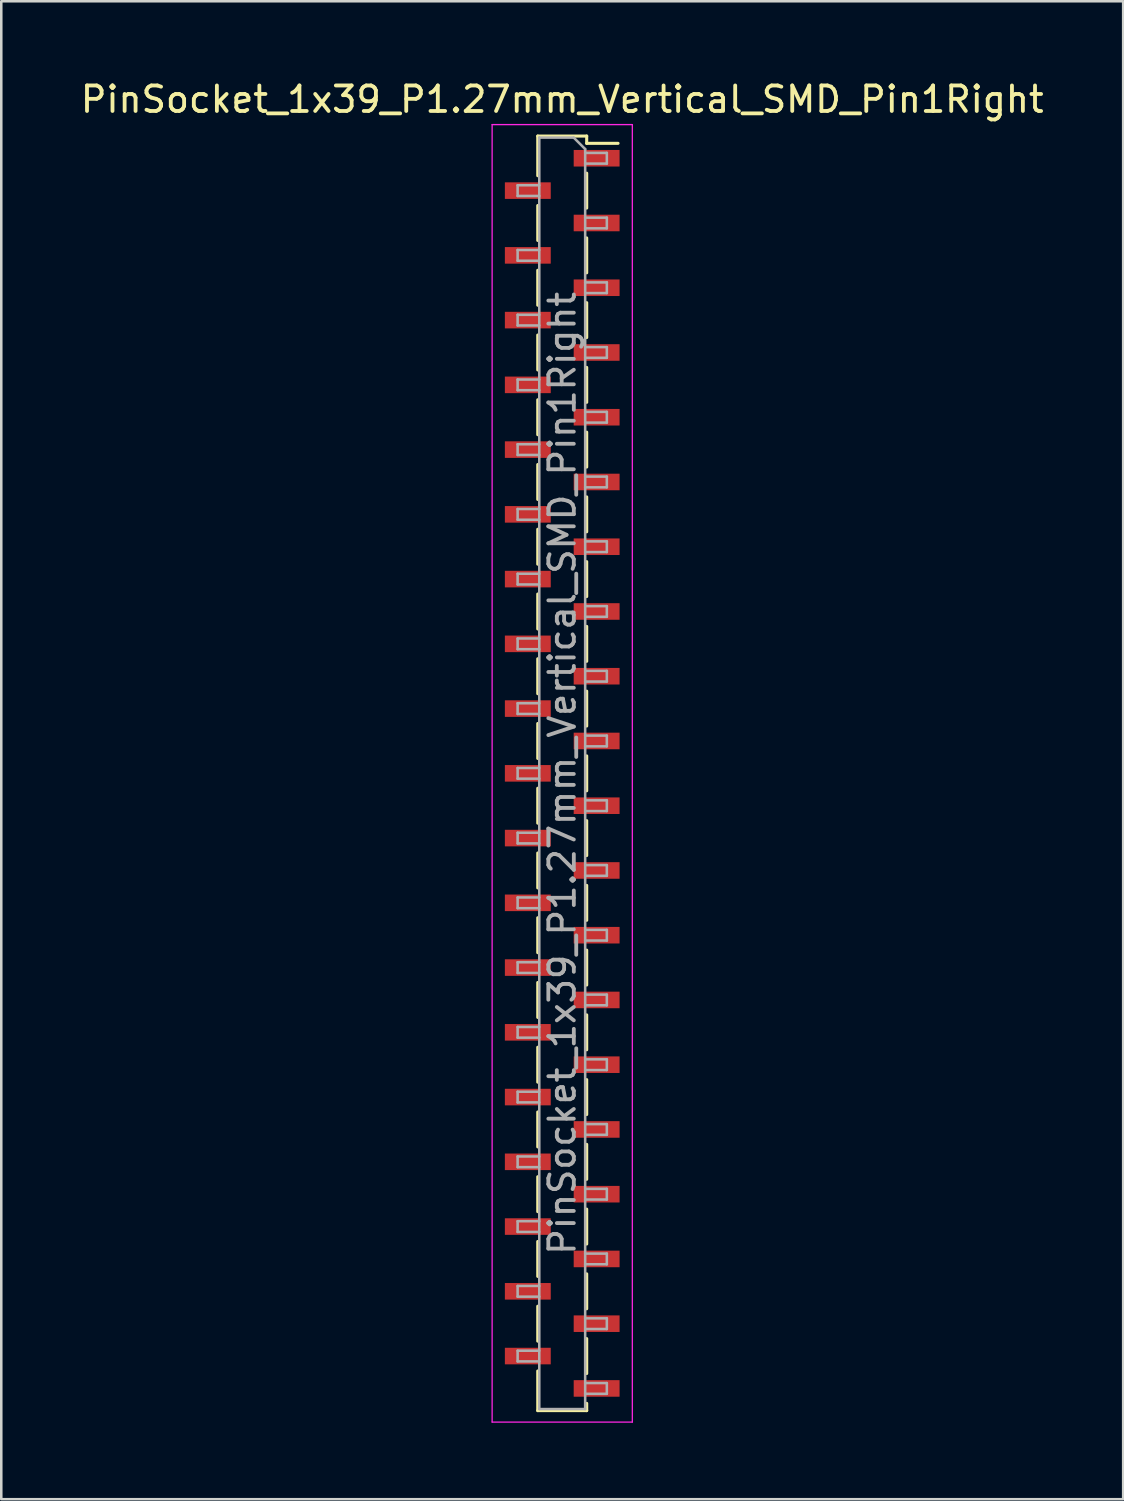
<source format=kicad_pcb>
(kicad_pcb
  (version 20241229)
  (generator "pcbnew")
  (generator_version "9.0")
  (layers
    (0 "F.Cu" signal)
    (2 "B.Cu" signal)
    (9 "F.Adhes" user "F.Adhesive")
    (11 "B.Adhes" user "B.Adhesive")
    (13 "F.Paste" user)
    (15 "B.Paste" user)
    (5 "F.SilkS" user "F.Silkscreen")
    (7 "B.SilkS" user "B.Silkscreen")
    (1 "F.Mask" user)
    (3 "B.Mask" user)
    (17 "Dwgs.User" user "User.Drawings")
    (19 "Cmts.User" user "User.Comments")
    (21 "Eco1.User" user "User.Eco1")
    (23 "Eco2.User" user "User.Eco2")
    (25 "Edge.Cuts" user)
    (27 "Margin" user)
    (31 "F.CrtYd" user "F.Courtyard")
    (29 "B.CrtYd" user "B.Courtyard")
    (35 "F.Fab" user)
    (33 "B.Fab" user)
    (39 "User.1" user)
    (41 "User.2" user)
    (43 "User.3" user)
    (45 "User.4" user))
  (footprint "PinSocket_1x39_P1.27mm_Vertical_SMD_Pin1Right"
    (layer "F.Cu")
    (at 19.006 27.288)
    (property "Reference" "PinSocket_1x39_P1.27mm_Vertical_SMD_Pin1Right" (at 0 -26.44 0) (layer "F.SilkS") (effects (font (size 1 1) (thickness 0.15))))
    (attr smd)
    (fp_line (start -0.96 -25) (end -0.96 -23.445) (stroke (width 0.12) (type solid)) (layer "F.SilkS"))
    (fp_line (start -0.96 -25) (end 0.96 -25) (stroke (width 0.12) (type solid)) (layer "F.SilkS"))
    (fp_line (start -0.96 -22.275) (end -0.96 -20.905) (stroke (width 0.12) (type solid)) (layer "F.SilkS"))
    (fp_line (start -0.96 -19.735) (end -0.96 -18.365) (stroke (width 0.12) (type solid)) (layer "F.SilkS"))
    (fp_line (start -0.96 -17.195) (end -0.96 -15.825) (stroke (width 0.12) (type solid)) (layer "F.SilkS"))
    (fp_line (start -0.96 -14.655) (end -0.96 -13.285) (stroke (width 0.12) (type solid)) (layer "F.SilkS"))
    (fp_line (start -0.96 -12.115) (end -0.96 -10.745) (stroke (width 0.12) (type solid)) (layer "F.SilkS"))
    (fp_line (start -0.96 -9.575) (end -0.96 -8.205) (stroke (width 0.12) (type solid)) (layer "F.SilkS"))
    (fp_line (start -0.96 -7.035) (end -0.96 -5.665) (stroke (width 0.12) (type solid)) (layer "F.SilkS"))
    (fp_line (start -0.96 -4.495) (end -0.96 -3.125) (stroke (width 0.12) (type solid)) (layer "F.SilkS"))
    (fp_line (start -0.96 -1.955) (end -0.96 -0.585) (stroke (width 0.12) (type solid)) (layer "F.SilkS"))
    (fp_line (start -0.96 0.585) (end -0.96 1.955) (stroke (width 0.12) (type solid)) (layer "F.SilkS"))
    (fp_line (start -0.96 3.125) (end -0.96 4.495) (stroke (width 0.12) (type solid)) (layer "F.SilkS"))
    (fp_line (start -0.96 5.665) (end -0.96 7.035) (stroke (width 0.12) (type solid)) (layer "F.SilkS"))
    (fp_line (start -0.96 8.205) (end -0.96 9.575) (stroke (width 0.12) (type solid)) (layer "F.SilkS"))
    (fp_line (start -0.96 10.745) (end -0.96 12.115) (stroke (width 0.12) (type solid)) (layer "F.SilkS"))
    (fp_line (start -0.96 13.285) (end -0.96 14.655) (stroke (width 0.12) (type solid)) (layer "F.SilkS"))
    (fp_line (start -0.96 15.825) (end -0.96 17.195) (stroke (width 0.12) (type solid)) (layer "F.SilkS"))
    (fp_line (start -0.96 18.365) (end -0.96 19.735) (stroke (width 0.12) (type solid)) (layer "F.SilkS"))
    (fp_line (start -0.96 20.905) (end -0.96 22.275) (stroke (width 0.12) (type solid)) (layer "F.SilkS"))
    (fp_line (start -0.96 23.445) (end -0.96 25) (stroke (width 0.12) (type solid)) (layer "F.SilkS"))
    (fp_line (start -0.96 25) (end 0.96 25) (stroke (width 0.12) (type solid)) (layer "F.SilkS"))
    (fp_line (start 0.96 -25) (end 0.96 -24.715) (stroke (width 0.12) (type solid)) (layer "F.SilkS"))
    (fp_line (start 0.96 -24.715) (end 2.19 -24.715) (stroke (width 0.12) (type solid)) (layer "F.SilkS"))
    (fp_line (start 0.96 -23.545) (end 0.96 -22.175) (stroke (width 0.12) (type solid)) (layer "F.SilkS"))
    (fp_line (start 0.96 -21.005) (end 0.96 -19.635) (stroke (width 0.12) (type solid)) (layer "F.SilkS"))
    (fp_line (start 0.96 -18.465) (end 0.96 -17.095) (stroke (width 0.12) (type solid)) (layer "F.SilkS"))
    (fp_line (start 0.96 -15.925) (end 0.96 -14.555) (stroke (width 0.12) (type solid)) (layer "F.SilkS"))
    (fp_line (start 0.96 -13.385) (end 0.96 -12.015) (stroke (width 0.12) (type solid)) (layer "F.SilkS"))
    (fp_line (start 0.96 -10.845) (end 0.96 -9.475) (stroke (width 0.12) (type solid)) (layer "F.SilkS"))
    (fp_line (start 0.96 -8.305) (end 0.96 -6.935) (stroke (width 0.12) (type solid)) (layer "F.SilkS"))
    (fp_line (start 0.96 -5.765) (end 0.96 -4.395) (stroke (width 0.12) (type solid)) (layer "F.SilkS"))
    (fp_line (start 0.96 -3.225) (end 0.96 -1.855) (stroke (width 0.12) (type solid)) (layer "F.SilkS"))
    (fp_line (start 0.96 -0.685) (end 0.96 0.685) (stroke (width 0.12) (type solid)) (layer "F.SilkS"))
    (fp_line (start 0.96 1.855) (end 0.96 3.225) (stroke (width 0.12) (type solid)) (layer "F.SilkS"))
    (fp_line (start 0.96 4.395) (end 0.96 5.765) (stroke (width 0.12) (type solid)) (layer "F.SilkS"))
    (fp_line (start 0.96 6.935) (end 0.96 8.305) (stroke (width 0.12) (type solid)) (layer "F.SilkS"))
    (fp_line (start 0.96 9.475) (end 0.96 10.845) (stroke (width 0.12) (type solid)) (layer "F.SilkS"))
    (fp_line (start 0.96 12.015) (end 0.96 13.385) (stroke (width 0.12) (type solid)) (layer "F.SilkS"))
    (fp_line (start 0.96 14.555) (end 0.96 15.925) (stroke (width 0.12) (type solid)) (layer "F.SilkS"))
    (fp_line (start 0.96 17.095) (end 0.96 18.465) (stroke (width 0.12) (type solid)) (layer "F.SilkS"))
    (fp_line (start 0.96 19.635) (end 0.96 21.005) (stroke (width 0.12) (type solid)) (layer "F.SilkS"))
    (fp_line (start 0.96 22.175) (end 0.96 23.545) (stroke (width 0.12) (type solid)) (layer "F.SilkS"))
    (fp_line (start 0.96 24.715) (end 0.96 25) (stroke (width 0.12) (type solid)) (layer "F.SilkS"))
    (fp_line (start -2.75 -25.45) (end 2.75 -25.45) (stroke (width 0.05) (type solid)) (layer "F.CrtYd"))
    (fp_line (start -2.75 25.45) (end -2.75 -25.45) (stroke (width 0.05) (type solid)) (layer "F.CrtYd"))
    (fp_line (start 2.75 -25.45) (end 2.75 25.45) (stroke (width 0.05) (type solid)) (layer "F.CrtYd"))
    (fp_line (start 2.75 25.45) (end -2.75 25.45) (stroke (width 0.05) (type solid)) (layer "F.CrtYd"))
    (fp_line (start -1.75 -23.07) (end -0.9 -23.07) (stroke (width 0.1) (type solid)) (layer "F.Fab"))
    (fp_line (start -1.75 -22.65) (end -1.75 -23.07) (stroke (width 0.1) (type solid)) (layer "F.Fab"))
    (fp_line (start -1.75 -20.53) (end -0.9 -20.53) (stroke (width 0.1) (type solid)) (layer "F.Fab"))
    (fp_line (start -1.75 -20.11) (end -1.75 -20.53) (stroke (width 0.1) (type solid)) (layer "F.Fab"))
    (fp_line (start -1.75 -17.99) (end -0.9 -17.99) (stroke (width 0.1) (type solid)) (layer "F.Fab"))
    (fp_line (start -1.75 -17.57) (end -1.75 -17.99) (stroke (width 0.1) (type solid)) (layer "F.Fab"))
    (fp_line (start -1.75 -15.45) (end -0.9 -15.45) (stroke (width 0.1) (type solid)) (layer "F.Fab"))
    (fp_line (start -1.75 -15.03) (end -1.75 -15.45) (stroke (width 0.1) (type solid)) (layer "F.Fab"))
    (fp_line (start -1.75 -12.91) (end -0.9 -12.91) (stroke (width 0.1) (type solid)) (layer "F.Fab"))
    (fp_line (start -1.75 -12.49) (end -1.75 -12.91) (stroke (width 0.1) (type solid)) (layer "F.Fab"))
    (fp_line (start -1.75 -10.37) (end -0.9 -10.37) (stroke (width 0.1) (type solid)) (layer "F.Fab"))
    (fp_line (start -1.75 -9.95) (end -1.75 -10.37) (stroke (width 0.1) (type solid)) (layer "F.Fab"))
    (fp_line (start -1.75 -7.83) (end -0.9 -7.83) (stroke (width 0.1) (type solid)) (layer "F.Fab"))
    (fp_line (start -1.75 -7.41) (end -1.75 -7.83) (stroke (width 0.1) (type solid)) (layer "F.Fab"))
    (fp_line (start -1.75 -5.29) (end -0.9 -5.29) (stroke (width 0.1) (type solid)) (layer "F.Fab"))
    (fp_line (start -1.75 -4.87) (end -1.75 -5.29) (stroke (width 0.1) (type solid)) (layer "F.Fab"))
    (fp_line (start -1.75 -2.75) (end -0.9 -2.75) (stroke (width 0.1) (type solid)) (layer "F.Fab"))
    (fp_line (start -1.75 -2.33) (end -1.75 -2.75) (stroke (width 0.1) (type solid)) (layer "F.Fab"))
    (fp_line (start -1.75 -0.21) (end -0.9 -0.21) (stroke (width 0.1) (type solid)) (layer "F.Fab"))
    (fp_line (start -1.75 0.21) (end -1.75 -0.21) (stroke (width 0.1) (type solid)) (layer "F.Fab"))
    (fp_line (start -1.75 2.33) (end -0.9 2.33) (stroke (width 0.1) (type solid)) (layer "F.Fab"))
    (fp_line (start -1.75 2.75) (end -1.75 2.33) (stroke (width 0.1) (type solid)) (layer "F.Fab"))
    (fp_line (start -1.75 4.87) (end -0.9 4.87) (stroke (width 0.1) (type solid)) (layer "F.Fab"))
    (fp_line (start -1.75 5.29) (end -1.75 4.87) (stroke (width 0.1) (type solid)) (layer "F.Fab"))
    (fp_line (start -1.75 7.41) (end -0.9 7.41) (stroke (width 0.1) (type solid)) (layer "F.Fab"))
    (fp_line (start -1.75 7.83) (end -1.75 7.41) (stroke (width 0.1) (type solid)) (layer "F.Fab"))
    (fp_line (start -1.75 9.95) (end -0.9 9.95) (stroke (width 0.1) (type solid)) (layer "F.Fab"))
    (fp_line (start -1.75 10.37) (end -1.75 9.95) (stroke (width 0.1) (type solid)) (layer "F.Fab"))
    (fp_line (start -1.75 12.49) (end -0.9 12.49) (stroke (width 0.1) (type solid)) (layer "F.Fab"))
    (fp_line (start -1.75 12.91) (end -1.75 12.49) (stroke (width 0.1) (type solid)) (layer "F.Fab"))
    (fp_line (start -1.75 15.03) (end -0.9 15.03) (stroke (width 0.1) (type solid)) (layer "F.Fab"))
    (fp_line (start -1.75 15.45) (end -1.75 15.03) (stroke (width 0.1) (type solid)) (layer "F.Fab"))
    (fp_line (start -1.75 17.57) (end -0.9 17.57) (stroke (width 0.1) (type solid)) (layer "F.Fab"))
    (fp_line (start -1.75 17.99) (end -1.75 17.57) (stroke (width 0.1) (type solid)) (layer "F.Fab"))
    (fp_line (start -1.75 20.11) (end -0.9 20.11) (stroke (width 0.1) (type solid)) (layer "F.Fab"))
    (fp_line (start -1.75 20.53) (end -1.75 20.11) (stroke (width 0.1) (type solid)) (layer "F.Fab"))
    (fp_line (start -1.75 22.65) (end -0.9 22.65) (stroke (width 0.1) (type solid)) (layer "F.Fab"))
    (fp_line (start -1.75 23.07) (end -1.75 22.65) (stroke (width 0.1) (type solid)) (layer "F.Fab"))
    (fp_line (start -0.9 -24.94) (end 0.45 -24.94) (stroke (width 0.1) (type solid)) (layer "F.Fab"))
    (fp_line (start -0.9 -22.65) (end -1.75 -22.65) (stroke (width 0.1) (type solid)) (layer "F.Fab"))
    (fp_line (start -0.9 -20.11) (end -1.75 -20.11) (stroke (width 0.1) (type solid)) (layer "F.Fab"))
    (fp_line (start -0.9 -17.57) (end -1.75 -17.57) (stroke (width 0.1) (type solid)) (layer "F.Fab"))
    (fp_line (start -0.9 -15.03) (end -1.75 -15.03) (stroke (width 0.1) (type solid)) (layer "F.Fab"))
    (fp_line (start -0.9 -12.49) (end -1.75 -12.49) (stroke (width 0.1) (type solid)) (layer "F.Fab"))
    (fp_line (start -0.9 -9.95) (end -1.75 -9.95) (stroke (width 0.1) (type solid)) (layer "F.Fab"))
    (fp_line (start -0.9 -7.41) (end -1.75 -7.41) (stroke (width 0.1) (type solid)) (layer "F.Fab"))
    (fp_line (start -0.9 -4.87) (end -1.75 -4.87) (stroke (width 0.1) (type solid)) (layer "F.Fab"))
    (fp_line (start -0.9 -2.33) (end -1.75 -2.33) (stroke (width 0.1) (type solid)) (layer "F.Fab"))
    (fp_line (start -0.9 0.21) (end -1.75 0.21) (stroke (width 0.1) (type solid)) (layer "F.Fab"))
    (fp_line (start -0.9 2.75) (end -1.75 2.75) (stroke (width 0.1) (type solid)) (layer "F.Fab"))
    (fp_line (start -0.9 5.29) (end -1.75 5.29) (stroke (width 0.1) (type solid)) (layer "F.Fab"))
    (fp_line (start -0.9 7.83) (end -1.75 7.83) (stroke (width 0.1) (type solid)) (layer "F.Fab"))
    (fp_line (start -0.9 10.37) (end -1.75 10.37) (stroke (width 0.1) (type solid)) (layer "F.Fab"))
    (fp_line (start -0.9 12.91) (end -1.75 12.91) (stroke (width 0.1) (type solid)) (layer "F.Fab"))
    (fp_line (start -0.9 15.45) (end -1.75 15.45) (stroke (width 0.1) (type solid)) (layer "F.Fab"))
    (fp_line (start -0.9 17.99) (end -1.75 17.99) (stroke (width 0.1) (type solid)) (layer "F.Fab"))
    (fp_line (start -0.9 20.53) (end -1.75 20.53) (stroke (width 0.1) (type solid)) (layer "F.Fab"))
    (fp_line (start -0.9 23.07) (end -1.75 23.07) (stroke (width 0.1) (type solid)) (layer "F.Fab"))
    (fp_line (start -0.9 24.94) (end -0.9 -24.94) (stroke (width 0.1) (type solid)) (layer "F.Fab"))
    (fp_line (start 0.45 -24.94) (end 0.9 -24.49) (stroke (width 0.1) (type solid)) (layer "F.Fab"))
    (fp_line (start 0.9 -24.49) (end 0.9 24.94) (stroke (width 0.1) (type solid)) (layer "F.Fab"))
    (fp_line (start 0.9 -24.34) (end 1.75 -24.34) (stroke (width 0.1) (type solid)) (layer "F.Fab"))
    (fp_line (start 0.9 -21.8) (end 1.75 -21.8) (stroke (width 0.1) (type solid)) (layer "F.Fab"))
    (fp_line (start 0.9 -19.26) (end 1.75 -19.26) (stroke (width 0.1) (type solid)) (layer "F.Fab"))
    (fp_line (start 0.9 -16.72) (end 1.75 -16.72) (stroke (width 0.1) (type solid)) (layer "F.Fab"))
    (fp_line (start 0.9 -14.18) (end 1.75 -14.18) (stroke (width 0.1) (type solid)) (layer "F.Fab"))
    (fp_line (start 0.9 -11.64) (end 1.75 -11.64) (stroke (width 0.1) (type solid)) (layer "F.Fab"))
    (fp_line (start 0.9 -9.1) (end 1.75 -9.1) (stroke (width 0.1) (type solid)) (layer "F.Fab"))
    (fp_line (start 0.9 -6.56) (end 1.75 -6.56) (stroke (width 0.1) (type solid)) (layer "F.Fab"))
    (fp_line (start 0.9 -4.02) (end 1.75 -4.02) (stroke (width 0.1) (type solid)) (layer "F.Fab"))
    (fp_line (start 0.9 -1.48) (end 1.75 -1.48) (stroke (width 0.1) (type solid)) (layer "F.Fab"))
    (fp_line (start 0.9 1.06) (end 1.75 1.06) (stroke (width 0.1) (type solid)) (layer "F.Fab"))
    (fp_line (start 0.9 3.6) (end 1.75 3.6) (stroke (width 0.1) (type solid)) (layer "F.Fab"))
    (fp_line (start 0.9 6.14) (end 1.75 6.14) (stroke (width 0.1) (type solid)) (layer "F.Fab"))
    (fp_line (start 0.9 8.68) (end 1.75 8.68) (stroke (width 0.1) (type solid)) (layer "F.Fab"))
    (fp_line (start 0.9 11.22) (end 1.75 11.22) (stroke (width 0.1) (type solid)) (layer "F.Fab"))
    (fp_line (start 0.9 13.76) (end 1.75 13.76) (stroke (width 0.1) (type solid)) (layer "F.Fab"))
    (fp_line (start 0.9 16.3) (end 1.75 16.3) (stroke (width 0.1) (type solid)) (layer "F.Fab"))
    (fp_line (start 0.9 18.84) (end 1.75 18.84) (stroke (width 0.1) (type solid)) (layer "F.Fab"))
    (fp_line (start 0.9 21.38) (end 1.75 21.38) (stroke (width 0.1) (type solid)) (layer "F.Fab"))
    (fp_line (start 0.9 23.92) (end 1.75 23.92) (stroke (width 0.1) (type solid)) (layer "F.Fab"))
    (fp_line (start 0.9 24.94) (end -0.9 24.94) (stroke (width 0.1) (type solid)) (layer "F.Fab"))
    (fp_line (start 1.75 -24.34) (end 1.75 -23.92) (stroke (width 0.1) (type solid)) (layer "F.Fab"))
    (fp_line (start 1.75 -23.92) (end 0.9 -23.92) (stroke (width 0.1) (type solid)) (layer "F.Fab"))
    (fp_line (start 1.75 -21.8) (end 1.75 -21.38) (stroke (width 0.1) (type solid)) (layer "F.Fab"))
    (fp_line (start 1.75 -21.38) (end 0.9 -21.38) (stroke (width 0.1) (type solid)) (layer "F.Fab"))
    (fp_line (start 1.75 -19.26) (end 1.75 -18.84) (stroke (width 0.1) (type solid)) (layer "F.Fab"))
    (fp_line (start 1.75 -18.84) (end 0.9 -18.84) (stroke (width 0.1) (type solid)) (layer "F.Fab"))
    (fp_line (start 1.75 -16.72) (end 1.75 -16.3) (stroke (width 0.1) (type solid)) (layer "F.Fab"))
    (fp_line (start 1.75 -16.3) (end 0.9 -16.3) (stroke (width 0.1) (type solid)) (layer "F.Fab"))
    (fp_line (start 1.75 -14.18) (end 1.75 -13.76) (stroke (width 0.1) (type solid)) (layer "F.Fab"))
    (fp_line (start 1.75 -13.76) (end 0.9 -13.76) (stroke (width 0.1) (type solid)) (layer "F.Fab"))
    (fp_line (start 1.75 -11.64) (end 1.75 -11.22) (stroke (width 0.1) (type solid)) (layer "F.Fab"))
    (fp_line (start 1.75 -11.22) (end 0.9 -11.22) (stroke (width 0.1) (type solid)) (layer "F.Fab"))
    (fp_line (start 1.75 -9.1) (end 1.75 -8.68) (stroke (width 0.1) (type solid)) (layer "F.Fab"))
    (fp_line (start 1.75 -8.68) (end 0.9 -8.68) (stroke (width 0.1) (type solid)) (layer "F.Fab"))
    (fp_line (start 1.75 -6.56) (end 1.75 -6.14) (stroke (width 0.1) (type solid)) (layer "F.Fab"))
    (fp_line (start 1.75 -6.14) (end 0.9 -6.14) (stroke (width 0.1) (type solid)) (layer "F.Fab"))
    (fp_line (start 1.75 -4.02) (end 1.75 -3.6) (stroke (width 0.1) (type solid)) (layer "F.Fab"))
    (fp_line (start 1.75 -3.6) (end 0.9 -3.6) (stroke (width 0.1) (type solid)) (layer "F.Fab"))
    (fp_line (start 1.75 -1.48) (end 1.75 -1.06) (stroke (width 0.1) (type solid)) (layer "F.Fab"))
    (fp_line (start 1.75 -1.06) (end 0.9 -1.06) (stroke (width 0.1) (type solid)) (layer "F.Fab"))
    (fp_line (start 1.75 1.06) (end 1.75 1.48) (stroke (width 0.1) (type solid)) (layer "F.Fab"))
    (fp_line (start 1.75 1.48) (end 0.9 1.48) (stroke (width 0.1) (type solid)) (layer "F.Fab"))
    (fp_line (start 1.75 3.6) (end 1.75 4.02) (stroke (width 0.1) (type solid)) (layer "F.Fab"))
    (fp_line (start 1.75 4.02) (end 0.9 4.02) (stroke (width 0.1) (type solid)) (layer "F.Fab"))
    (fp_line (start 1.75 6.14) (end 1.75 6.56) (stroke (width 0.1) (type solid)) (layer "F.Fab"))
    (fp_line (start 1.75 6.56) (end 0.9 6.56) (stroke (width 0.1) (type solid)) (layer "F.Fab"))
    (fp_line (start 1.75 8.68) (end 1.75 9.1) (stroke (width 0.1) (type solid)) (layer "F.Fab"))
    (fp_line (start 1.75 9.1) (end 0.9 9.1) (stroke (width 0.1) (type solid)) (layer "F.Fab"))
    (fp_line (start 1.75 11.22) (end 1.75 11.64) (stroke (width 0.1) (type solid)) (layer "F.Fab"))
    (fp_line (start 1.75 11.64) (end 0.9 11.64) (stroke (width 0.1) (type solid)) (layer "F.Fab"))
    (fp_line (start 1.75 13.76) (end 1.75 14.18) (stroke (width 0.1) (type solid)) (layer "F.Fab"))
    (fp_line (start 1.75 14.18) (end 0.9 14.18) (stroke (width 0.1) (type solid)) (layer "F.Fab"))
    (fp_line (start 1.75 16.3) (end 1.75 16.72) (stroke (width 0.1) (type solid)) (layer "F.Fab"))
    (fp_line (start 1.75 16.72) (end 0.9 16.72) (stroke (width 0.1) (type solid)) (layer "F.Fab"))
    (fp_line (start 1.75 18.84) (end 1.75 19.26) (stroke (width 0.1) (type solid)) (layer "F.Fab"))
    (fp_line (start 1.75 19.26) (end 0.9 19.26) (stroke (width 0.1) (type solid)) (layer "F.Fab"))
    (fp_line (start 1.75 21.38) (end 1.75 21.8) (stroke (width 0.1) (type solid)) (layer "F.Fab"))
    (fp_line (start 1.75 21.8) (end 0.9 21.8) (stroke (width 0.1) (type solid)) (layer "F.Fab"))
    (fp_line (start 1.75 23.92) (end 1.75 24.34) (stroke (width 0.1) (type solid)) (layer "F.Fab"))
    (fp_line (start 1.75 24.34) (end 0.9 24.34) (stroke (width 0.1) (type solid)) (layer "F.Fab"))
    (fp_text user "${REFERENCE}" (at 0 0 90) (layer "F.Fab") (effects (font (size 1 1) (thickness 0.15))))
    (pad "1" smd rect (at 1.35 -24.13) (size 1.8 0.65) (layers "F.Cu" "F.Mask" "F.Paste"))
    (pad "2" smd rect (at -1.35 -22.86) (size 1.8 0.65) (layers "F.Cu" "F.Mask" "F.Paste"))
    (pad "3" smd rect (at 1.35 -21.59) (size 1.8 0.65) (layers "F.Cu" "F.Mask" "F.Paste"))
    (pad "4" smd rect (at -1.35 -20.32) (size 1.8 0.65) (layers "F.Cu" "F.Mask" "F.Paste"))
    (pad "5" smd rect (at 1.35 -19.05) (size 1.8 0.65) (layers "F.Cu" "F.Mask" "F.Paste"))
    (pad "6" smd rect (at -1.35 -17.78) (size 1.8 0.65) (layers "F.Cu" "F.Mask" "F.Paste"))
    (pad "7" smd rect (at 1.35 -16.51) (size 1.8 0.65) (layers "F.Cu" "F.Mask" "F.Paste"))
    (pad "8" smd rect (at -1.35 -15.24) (size 1.8 0.65) (layers "F.Cu" "F.Mask" "F.Paste"))
    (pad "9" smd rect (at 1.35 -13.97) (size 1.8 0.65) (layers "F.Cu" "F.Mask" "F.Paste"))
    (pad "10" smd rect (at -1.35 -12.7) (size 1.8 0.65) (layers "F.Cu" "F.Mask" "F.Paste"))
    (pad "11" smd rect (at 1.35 -11.43) (size 1.8 0.65) (layers "F.Cu" "F.Mask" "F.Paste"))
    (pad "12" smd rect (at -1.35 -10.16) (size 1.8 0.65) (layers "F.Cu" "F.Mask" "F.Paste"))
    (pad "13" smd rect (at 1.35 -8.89) (size 1.8 0.65) (layers "F.Cu" "F.Mask" "F.Paste"))
    (pad "14" smd rect (at -1.35 -7.62) (size 1.8 0.65) (layers "F.Cu" "F.Mask" "F.Paste"))
    (pad "15" smd rect (at 1.35 -6.35) (size 1.8 0.65) (layers "F.Cu" "F.Mask" "F.Paste"))
    (pad "16" smd rect (at -1.35 -5.08) (size 1.8 0.65) (layers "F.Cu" "F.Mask" "F.Paste"))
    (pad "17" smd rect (at 1.35 -3.81) (size 1.8 0.65) (layers "F.Cu" "F.Mask" "F.Paste"))
    (pad "18" smd rect (at -1.35 -2.54) (size 1.8 0.65) (layers "F.Cu" "F.Mask" "F.Paste"))
    (pad "19" smd rect (at 1.35 -1.27) (size 1.8 0.65) (layers "F.Cu" "F.Mask" "F.Paste"))
    (pad "20" smd rect (at -1.35 0) (size 1.8 0.65) (layers "F.Cu" "F.Mask" "F.Paste"))
    (pad "21" smd rect (at 1.35 1.27) (size 1.8 0.65) (layers "F.Cu" "F.Mask" "F.Paste"))
    (pad "22" smd rect (at -1.35 2.54) (size 1.8 0.65) (layers "F.Cu" "F.Mask" "F.Paste"))
    (pad "23" smd rect (at 1.35 3.81) (size 1.8 0.65) (layers "F.Cu" "F.Mask" "F.Paste"))
    (pad "24" smd rect (at -1.35 5.08) (size 1.8 0.65) (layers "F.Cu" "F.Mask" "F.Paste"))
    (pad "25" smd rect (at 1.35 6.35) (size 1.8 0.65) (layers "F.Cu" "F.Mask" "F.Paste"))
    (pad "26" smd rect (at -1.35 7.62) (size 1.8 0.65) (layers "F.Cu" "F.Mask" "F.Paste"))
    (pad "27" smd rect (at 1.35 8.89) (size 1.8 0.65) (layers "F.Cu" "F.Mask" "F.Paste"))
    (pad "28" smd rect (at -1.35 10.16) (size 1.8 0.65) (layers "F.Cu" "F.Mask" "F.Paste"))
    (pad "29" smd rect (at 1.35 11.43) (size 1.8 0.65) (layers "F.Cu" "F.Mask" "F.Paste"))
    (pad "30" smd rect (at -1.35 12.7) (size 1.8 0.65) (layers "F.Cu" "F.Mask" "F.Paste"))
    (pad "31" smd rect (at 1.35 13.97) (size 1.8 0.65) (layers "F.Cu" "F.Mask" "F.Paste"))
    (pad "32" smd rect (at -1.35 15.24) (size 1.8 0.65) (layers "F.Cu" "F.Mask" "F.Paste"))
    (pad "33" smd rect (at 1.35 16.51) (size 1.8 0.65) (layers "F.Cu" "F.Mask" "F.Paste"))
    (pad "34" smd rect (at -1.35 17.78) (size 1.8 0.65) (layers "F.Cu" "F.Mask" "F.Paste"))
    (pad "35" smd rect (at 1.35 19.05) (size 1.8 0.65) (layers "F.Cu" "F.Mask" "F.Paste"))
    (pad "36" smd rect (at -1.35 20.32) (size 1.8 0.65) (layers "F.Cu" "F.Mask" "F.Paste"))
    (pad "37" smd rect (at 1.35 21.59) (size 1.8 0.65) (layers "F.Cu" "F.Mask" "F.Paste"))
    (pad "38" smd rect (at -1.35 22.86) (size 1.8 0.65) (layers "F.Cu" "F.Mask" "F.Paste"))
    (pad "39" smd rect (at 1.35 24.13) (size 1.8 0.65) (layers "F.Cu" "F.Mask" "F.Paste")))
  (gr_rect
    (start -3 -3)
    (end 41.012 55.763)
    (stroke (width 0.1) (type default))
    (fill no)
    (layer "Edge.Cuts")))
</source>
